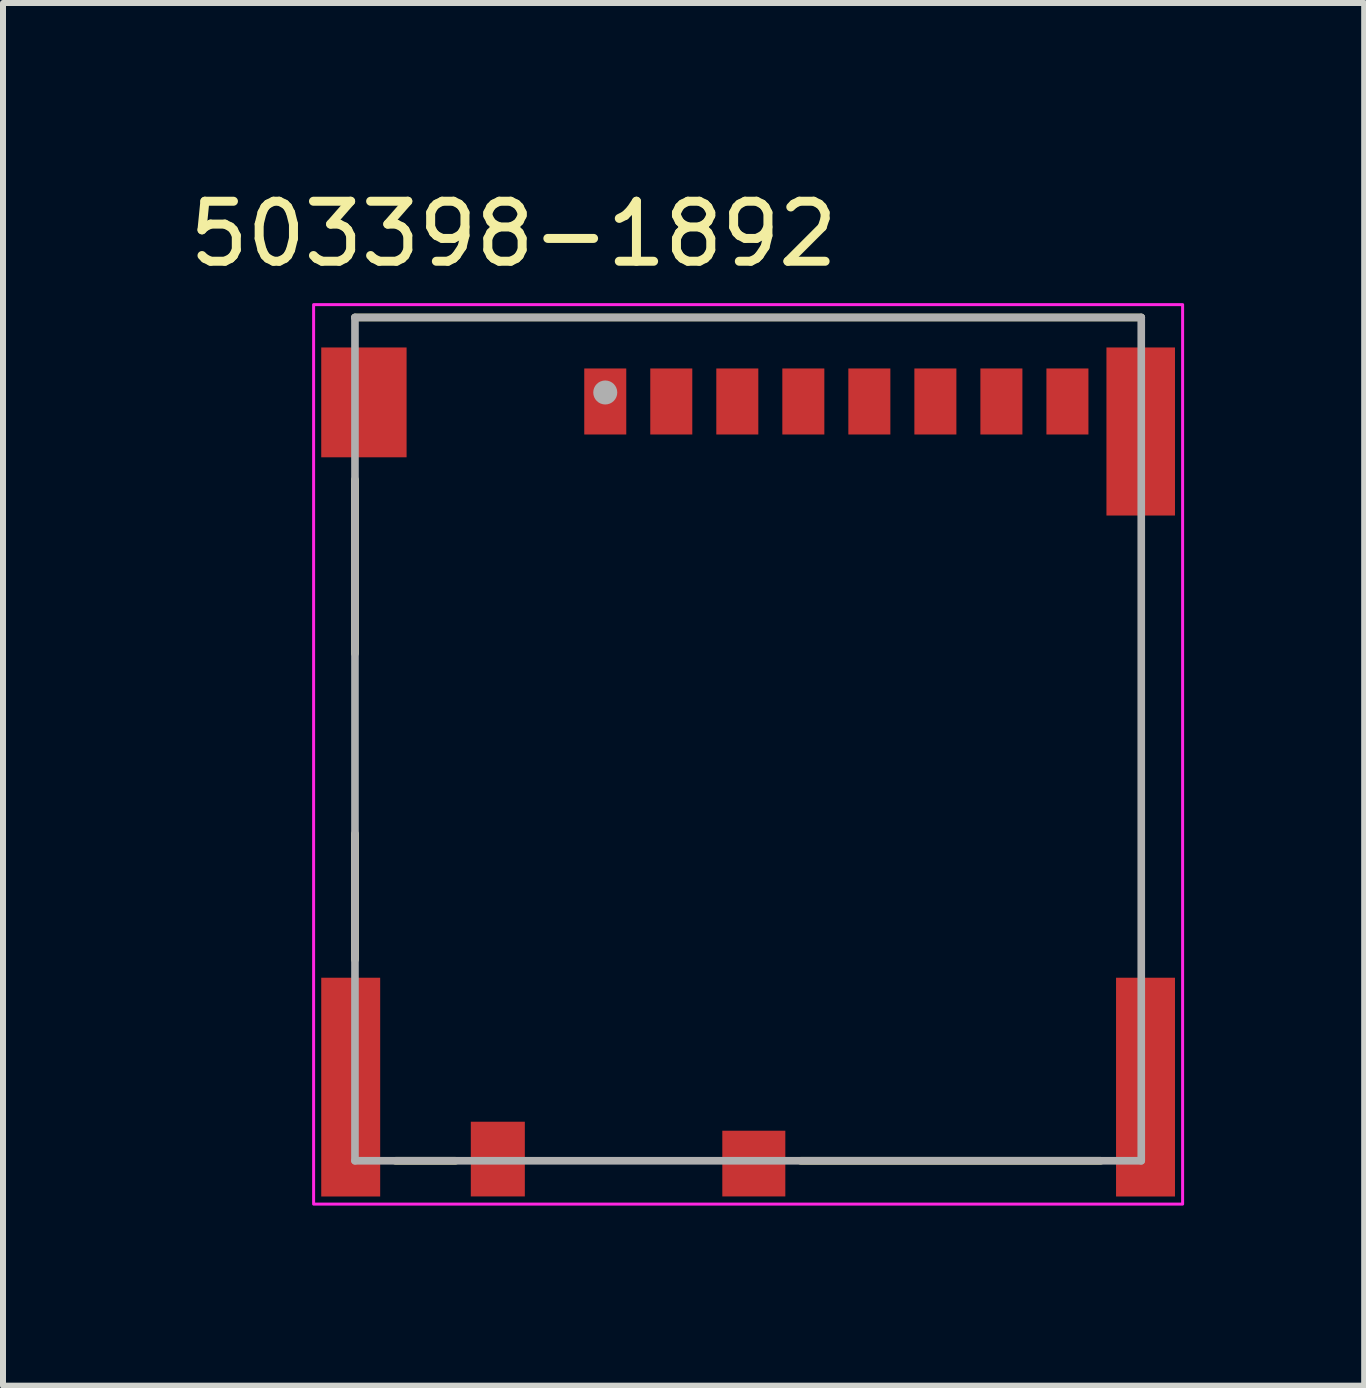
<source format=kicad_pcb>
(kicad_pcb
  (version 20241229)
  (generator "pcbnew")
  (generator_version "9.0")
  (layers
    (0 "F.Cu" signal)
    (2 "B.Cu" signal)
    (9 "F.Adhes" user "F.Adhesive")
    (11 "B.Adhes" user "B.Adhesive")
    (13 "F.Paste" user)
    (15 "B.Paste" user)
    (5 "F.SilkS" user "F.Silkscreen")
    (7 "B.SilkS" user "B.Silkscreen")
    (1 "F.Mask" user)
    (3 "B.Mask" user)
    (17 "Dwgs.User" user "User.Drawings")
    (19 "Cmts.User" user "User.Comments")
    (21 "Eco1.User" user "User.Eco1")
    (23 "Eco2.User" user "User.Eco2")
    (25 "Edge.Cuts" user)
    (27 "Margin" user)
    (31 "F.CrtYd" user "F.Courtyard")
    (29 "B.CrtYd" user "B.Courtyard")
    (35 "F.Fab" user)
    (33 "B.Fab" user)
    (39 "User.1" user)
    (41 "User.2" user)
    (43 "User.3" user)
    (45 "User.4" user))
  (footprint "503398-1892"
    (layer "F.Cu")
    (at 9.414 9.264)
    (property "Reference" "503398-1892" (at -3.908 -8.416 0) (layer "F.SilkS") (effects (font (size 1 1) (thickness 0.15))))
    (attr smd)
    (fp_line (start -6.55 -7.025) (end 6.55 -7.025) (stroke (width 0.127) (type solid)) (layer "F.SilkS"))
    (fp_line (start -6.55 -4.325) (end -6.55 -1.425) (stroke (width 0.127) (type solid)) (layer "F.SilkS"))
    (fp_line (start -6.55 1.575) (end -6.55 3.675) (stroke (width 0.127) (type solid)) (layer "F.SilkS"))
    (fp_line (start -5.876 7.025) (end -4.874 7.025) (stroke (width 0.127) (type solid)) (layer "F.SilkS"))
    (fp_line (start 0.874 7.025) (end 5.876 7.025) (stroke (width 0.127) (type solid)) (layer "F.SilkS"))
    (fp_rect (start -7.239 -7.239) (end 7.239 7.747) (stroke (width 0.05) (type default)) (fill no) (layer "F.CrtYd"))
    (fp_line (start -6.55 -7.025) (end 6.55 -7.025) (stroke (width 0.127) (type solid)) (layer "F.Fab"))
    (fp_line (start -6.55 7.025) (end -6.55 -7.025) (stroke (width 0.127) (type solid)) (layer "F.Fab"))
    (fp_line (start 6.55 -7.025) (end 6.55 7.025) (stroke (width 0.127) (type solid)) (layer "F.Fab"))
    (fp_line (start 6.55 7.025) (end -6.55 7.025) (stroke (width 0.127) (type solid)) (layer "F.Fab"))
    (fp_circle (center -2.38 -5.775) (end -2.28 -5.775) (stroke (width 0.2) (type solid)) (fill no) (layer "F.Fab"))
    (pad "1" smd rect (at -2.38 -5.625) (size 0.7 1.1) (layers "F.Cu" "F.Mask" "F.Paste"))
    (pad "2" smd rect (at -1.28 -5.625) (size 0.7 1.1) (layers "F.Cu" "F.Mask" "F.Paste"))
    (pad "3" smd rect (at -0.18 -5.625) (size 0.7 1.1) (layers "F.Cu" "F.Mask" "F.Paste"))
    (pad "4" smd rect (at 0.92 -5.625) (size 0.7 1.1) (layers "F.Cu" "F.Mask" "F.Paste"))
    (pad "5" smd rect (at 2.02 -5.625) (size 0.7 1.1) (layers "F.Cu" "F.Mask" "F.Paste"))
    (pad "6" smd rect (at 3.12 -5.625) (size 0.7 1.1) (layers "F.Cu" "F.Mask" "F.Paste"))
    (pad "7" smd rect (at 4.22 -5.625) (size 0.7 1.1) (layers "F.Cu" "F.Mask" "F.Paste"))
    (pad "8" smd rect (at 5.32 -5.625) (size 0.7 1.1) (layers "F.Cu" "F.Mask" "F.Paste"))
    (pad "9" smd rect (at -4.17 6.997) (size 0.9 1.245) (layers "F.Cu" "F.Mask" "F.Paste"))
    (pad "10" smd rect (at 0.095 7.072) (size 1.05 1.095) (layers "F.Cu" "F.Mask" "F.Paste"))
    (pad "P1" smd rect (at -6.401 -5.61) (size 1.422 1.83) (layers "F.Cu" "F.Mask" "F.Paste"))
    (pad "P2" smd rect (at 6.541 -5.125) (size 1.142 2.8) (layers "F.Cu" "F.Mask" "F.Paste"))
    (pad "P3" smd rect (at -6.621 5.798) (size 0.982 3.645) (layers "F.Cu" "F.Mask" "F.Paste"))
    (pad "P4" smd rect (at 6.621 5.798) (size 0.982 3.645) (layers "F.Cu" "F.Mask" "F.Paste"))
    (zone (net_name "") (layer "F.Cu") (hatch full 0.508) (connect_pads) (min_thickness 0.01) (filled_areas_thickness no) (keepout (tracks not_allowed) (vias not_allowed) (pads not_allowed) (copperpour not_allowed) (footprints allowed)) (placement (enabled no)) (fill) (polygon (pts (xy 2.577 8.139) (xy 3.284 8.139) (xy 3.284 10.54) (xy 2.577 10.54))))
    (zone (net_name "") (layer "F.Cu") (hatch full 0.508) (connect_pads) (min_thickness 0.01) (filled_areas_thickness no) (keepout (tracks not_allowed) (vias not_allowed) (pads not_allowed) (copperpour not_allowed) (footprints allowed)) (placement (enabled no)) (fill) (polygon (pts (xy 4.168 13.839) (xy 4.729 13.839) (xy 4.729 16.002) (xy 4.168 16.002))))
    (zone (net_name "") (layer "F.Cu") (hatch full 0.508) (connect_pads) (min_thickness 0.01) (filled_areas_thickness no) (keepout (tracks not_allowed) (vias not_allowed) (pads not_allowed) (copperpour not_allowed) (footprints allowed)) (placement (enabled no)) (fill) (polygon (pts (xy 6.191 15.639) (xy 6.744 15.639) (xy 6.744 16.194) (xy 6.191 16.194))))
    (zone (net_name "") (layer "F.Cu") (hatch full 0.508) (connect_pads) (min_thickness 0.0001) (filled_areas_thickness no) (keepout (tracks not_allowed) (vias not_allowed) (pads not_allowed) (copperpour not_allowed) (footprints allowed)) (placement (enabled no)) (fill) (polygon (pts (xy 6.244 5.539) (xy 6.244 10.539) (xy 5.594 10.539) (xy 5.594 13.139) (xy 9.984 13.139) (xy 9.984 14.389) (xy 7.684 14.389) (xy 7.684 16.569) (xy 8.984 16.569) (xy 8.984 15.789) (xy 15.544 15.789) (xy 15.544 13.239) (xy 16.244 13.239) (xy 16.244 5.539))))
    (zone (net_name "") (layers "F.Cu" "B.Cu") (hatch full 0.508) (connect_pads) (min_thickness 0.01) (filled_areas_thickness no) (keepout (tracks allowed) (vias not_allowed) (pads allowed) (copperpour allowed) (footprints allowed)) (placement (enabled no)) (fill) (polygon (pts (xy 2.572 8.139) (xy 3.284 8.139) (xy 3.284 10.541) (xy 2.572 10.541))))
    (zone (net_name "") (layers "F.Cu" "B.Cu") (hatch full 0.508) (connect_pads) (min_thickness 0.01) (filled_areas_thickness no) (keepout (tracks allowed) (vias not_allowed) (pads allowed) (copperpour allowed) (footprints allowed)) (placement (enabled no)) (fill) (polygon (pts (xy 4.175 13.839) (xy 4.729 13.839) (xy 4.729 15.994) (xy 4.175 15.994))))
    (zone (net_name "") (layers "F.Cu" "B.Cu") (hatch full 0.508) (connect_pads) (min_thickness 0.01) (filled_areas_thickness no) (keepout (tracks allowed) (vias not_allowed) (pads allowed) (copperpour allowed) (footprints allowed)) (placement (enabled no)) (fill) (polygon (pts (xy 6.188 15.639) (xy 6.744 15.639) (xy 6.744 16.201) (xy 6.188 16.201))))
    (zone (net_name "") (layers "F.Cu" "B.Cu") (hatch full 0.508) (connect_pads) (min_thickness 0.0001) (filled_areas_thickness no) (keepout (tracks allowed) (vias not_allowed) (pads allowed) (copperpour allowed) (footprints allowed)) (placement (enabled no)) (fill) (polygon (pts (xy 6.244 5.539) (xy 6.244 10.539) (xy 5.594 10.539) (xy 5.594 13.139) (xy 9.984 13.139) (xy 9.984 14.389) (xy 7.684 14.389) (xy 7.684 16.569) (xy 8.984 16.569) (xy 8.984 15.789) (xy 15.544 15.789) (xy 15.544 13.239) (xy 16.244 13.239) (xy 16.244 5.539)))))
  (gr_rect
    (start -3 -3)
    (end 19.678 20.036)
    (stroke (width 0.1) (type default))
    (fill no)
    (layer "Edge.Cuts")))
</source>
